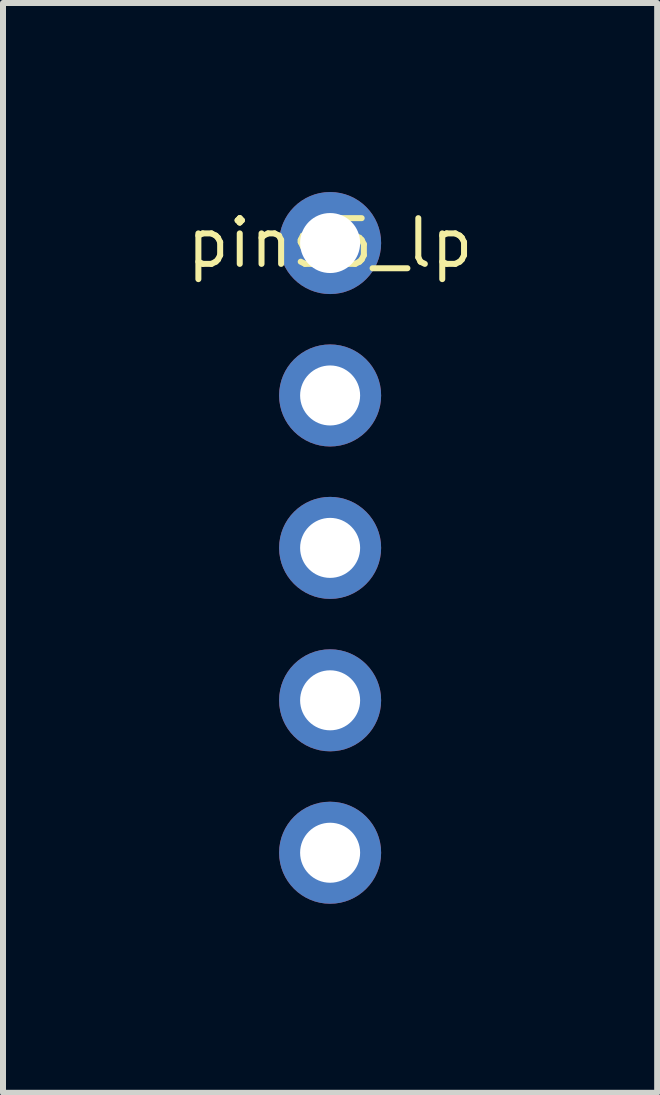
<source format=kicad_pcb>
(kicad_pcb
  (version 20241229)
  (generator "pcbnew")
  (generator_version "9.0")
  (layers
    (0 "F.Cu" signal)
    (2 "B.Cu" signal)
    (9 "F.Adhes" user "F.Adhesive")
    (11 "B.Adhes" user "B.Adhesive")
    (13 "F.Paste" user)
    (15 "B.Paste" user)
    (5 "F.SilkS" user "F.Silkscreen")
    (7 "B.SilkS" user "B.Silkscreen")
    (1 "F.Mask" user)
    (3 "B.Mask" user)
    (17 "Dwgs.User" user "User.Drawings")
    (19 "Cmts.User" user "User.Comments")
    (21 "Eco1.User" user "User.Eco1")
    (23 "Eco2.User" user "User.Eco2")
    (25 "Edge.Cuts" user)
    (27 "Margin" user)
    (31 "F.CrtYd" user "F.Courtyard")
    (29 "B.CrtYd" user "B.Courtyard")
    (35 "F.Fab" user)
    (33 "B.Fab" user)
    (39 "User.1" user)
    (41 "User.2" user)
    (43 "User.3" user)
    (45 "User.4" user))
  (footprint "pins5_lp"
    (layer "F.Cu")
    (at 2.451 1)
    (property "Reference" "pins5_lp" (at 0 0 0) (layer "F.SilkS") (effects (font (size 0.762 0.762) (thickness 0.1))))
    (attr through_hole)
    (fp_poly (pts (xy 1 0) (xy 0.981 -0.195) (xy 0.924 -0.383) (xy 0.831 -0.556) (xy 0.707 -0.707) (xy 0.556 -0.831) (xy 0.383 -0.924) (xy 0.195 -0.981) (xy 0 -1) (xy -0.195 -0.981) (xy -0.383 -0.924) (xy -0.556 -0.831) (xy -0.707 -0.707) (xy -0.831 -0.556) (xy -0.924 -0.383) (xy -0.981 -0.195) (xy -1 0) (xy -0.981 0.195) (xy -0.924 0.383) (xy -0.831 0.556) (xy -0.707 0.707) (xy -0.556 0.831) (xy -0.383 0.924) (xy -0.195 0.981) (xy 0 1) (xy 0.195 0.981) (xy 0.383 0.924) (xy 0.556 0.831) (xy 0.707 0.707) (xy 0.831 0.556) (xy 0.924 0.383) (xy 0.981 0.195)) (stroke (width 0) (type solid)) (fill yes) (layer "F.Mask"))
    (fp_poly (pts (xy 1 2.54) (xy 0.981 2.345) (xy 0.924 2.157) (xy 0.831 1.984) (xy 0.707 1.833) (xy 0.556 1.709) (xy 0.383 1.616) (xy 0.195 1.559) (xy 0 1.54) (xy -0.195 1.559) (xy -0.383 1.616) (xy -0.556 1.709) (xy -0.707 1.833) (xy -0.831 1.984) (xy -0.924 2.157) (xy -0.981 2.345) (xy -1 2.54) (xy -0.981 2.735) (xy -0.924 2.923) (xy -0.831 3.096) (xy -0.707 3.247) (xy -0.556 3.371) (xy -0.383 3.464) (xy -0.195 3.521) (xy 0 3.54) (xy 0.195 3.521) (xy 0.383 3.464) (xy 0.556 3.371) (xy 0.707 3.247) (xy 0.831 3.096) (xy 0.924 2.923) (xy 0.981 2.735)) (stroke (width 0) (type solid)) (fill yes) (layer "F.Mask"))
    (fp_poly (pts (xy 1 5.08) (xy 0.981 4.885) (xy 0.924 4.697) (xy 0.831 4.524) (xy 0.707 4.373) (xy 0.556 4.249) (xy 0.383 4.156) (xy 0.195 4.099) (xy 0 4.08) (xy -0.195 4.099) (xy -0.383 4.156) (xy -0.556 4.249) (xy -0.707 4.373) (xy -0.831 4.524) (xy -0.924 4.697) (xy -0.981 4.885) (xy -1 5.08) (xy -0.981 5.275) (xy -0.924 5.463) (xy -0.831 5.636) (xy -0.707 5.787) (xy -0.556 5.911) (xy -0.383 6.004) (xy -0.195 6.061) (xy 0 6.08) (xy 0.195 6.061) (xy 0.383 6.004) (xy 0.556 5.911) (xy 0.707 5.787) (xy 0.831 5.636) (xy 0.924 5.463) (xy 0.981 5.275)) (stroke (width 0) (type solid)) (fill yes) (layer "F.Mask"))
    (fp_poly (pts (xy 1 7.62) (xy 0.981 7.425) (xy 0.924 7.237) (xy 0.831 7.064) (xy 0.707 6.913) (xy 0.556 6.789) (xy 0.383 6.696) (xy 0.195 6.639) (xy 0 6.62) (xy -0.195 6.639) (xy -0.383 6.696) (xy -0.556 6.789) (xy -0.707 6.913) (xy -0.831 7.064) (xy -0.924 7.237) (xy -0.981 7.425) (xy -1 7.62) (xy -0.981 7.815) (xy -0.924 8.003) (xy -0.831 8.176) (xy -0.707 8.327) (xy -0.556 8.451) (xy -0.383 8.544) (xy -0.195 8.601) (xy 0 8.62) (xy 0.195 8.601) (xy 0.383 8.544) (xy 0.556 8.451) (xy 0.707 8.327) (xy 0.831 8.176) (xy 0.924 8.003) (xy 0.981 7.815)) (stroke (width 0) (type solid)) (fill yes) (layer "F.Mask"))
    (fp_poly (pts (xy 1 10.16) (xy 0.981 9.965) (xy 0.924 9.777) (xy 0.831 9.604) (xy 0.707 9.453) (xy 0.556 9.329) (xy 0.383 9.236) (xy 0.195 9.179) (xy 0 9.16) (xy -0.195 9.179) (xy -0.383 9.236) (xy -0.556 9.329) (xy -0.707 9.453) (xy -0.831 9.604) (xy -0.924 9.777) (xy -0.981 9.965) (xy -1 10.16) (xy -0.981 10.355) (xy -0.924 10.543) (xy -0.831 10.716) (xy -0.707 10.867) (xy -0.556 10.991) (xy -0.383 11.084) (xy -0.195 11.141) (xy 0 11.16) (xy 0.195 11.141) (xy 0.383 11.084) (xy 0.556 10.991) (xy 0.707 10.867) (xy 0.831 10.716) (xy 0.924 10.543) (xy 0.981 10.355)) (stroke (width 0) (type solid)) (fill yes) (layer "F.Mask"))
    (fp_poly (pts (xy 1 0) (xy 0.981 -0.195) (xy 0.924 -0.383) (xy 0.831 -0.556) (xy 0.707 -0.707) (xy 0.556 -0.831) (xy 0.383 -0.924) (xy 0.195 -0.981) (xy 0 -1) (xy -0.195 -0.981) (xy -0.383 -0.924) (xy -0.556 -0.831) (xy -0.707 -0.707) (xy -0.831 -0.556) (xy -0.924 -0.383) (xy -0.981 -0.195) (xy -1 0) (xy -0.981 0.195) (xy -0.924 0.383) (xy -0.831 0.556) (xy -0.707 0.707) (xy -0.556 0.831) (xy -0.383 0.924) (xy -0.195 0.981) (xy 0 1) (xy 0.195 0.981) (xy 0.383 0.924) (xy 0.556 0.831) (xy 0.707 0.707) (xy 0.831 0.556) (xy 0.924 0.383) (xy 0.981 0.195)) (stroke (width 0) (type solid)) (fill yes) (layer "B.Mask"))
    (fp_poly (pts (xy 1 2.54) (xy 0.981 2.345) (xy 0.924 2.157) (xy 0.831 1.984) (xy 0.707 1.833) (xy 0.556 1.709) (xy 0.383 1.616) (xy 0.195 1.559) (xy 0 1.54) (xy -0.195 1.559) (xy -0.383 1.616) (xy -0.556 1.709) (xy -0.707 1.833) (xy -0.831 1.984) (xy -0.924 2.157) (xy -0.981 2.345) (xy -1 2.54) (xy -0.981 2.735) (xy -0.924 2.923) (xy -0.831 3.096) (xy -0.707 3.247) (xy -0.556 3.371) (xy -0.383 3.464) (xy -0.195 3.521) (xy 0 3.54) (xy 0.195 3.521) (xy 0.383 3.464) (xy 0.556 3.371) (xy 0.707 3.247) (xy 0.831 3.096) (xy 0.924 2.923) (xy 0.981 2.735)) (stroke (width 0) (type solid)) (fill yes) (layer "B.Mask"))
    (fp_poly (pts (xy 1 5.08) (xy 0.981 4.885) (xy 0.924 4.697) (xy 0.831 4.524) (xy 0.707 4.373) (xy 0.556 4.249) (xy 0.383 4.156) (xy 0.195 4.099) (xy 0 4.08) (xy -0.195 4.099) (xy -0.383 4.156) (xy -0.556 4.249) (xy -0.707 4.373) (xy -0.831 4.524) (xy -0.924 4.697) (xy -0.981 4.885) (xy -1 5.08) (xy -0.981 5.275) (xy -0.924 5.463) (xy -0.831 5.636) (xy -0.707 5.787) (xy -0.556 5.911) (xy -0.383 6.004) (xy -0.195 6.061) (xy 0 6.08) (xy 0.195 6.061) (xy 0.383 6.004) (xy 0.556 5.911) (xy 0.707 5.787) (xy 0.831 5.636) (xy 0.924 5.463) (xy 0.981 5.275)) (stroke (width 0) (type solid)) (fill yes) (layer "B.Mask"))
    (fp_poly (pts (xy 1 7.62) (xy 0.981 7.425) (xy 0.924 7.237) (xy 0.831 7.064) (xy 0.707 6.913) (xy 0.556 6.789) (xy 0.383 6.696) (xy 0.195 6.639) (xy 0 6.62) (xy -0.195 6.639) (xy -0.383 6.696) (xy -0.556 6.789) (xy -0.707 6.913) (xy -0.831 7.064) (xy -0.924 7.237) (xy -0.981 7.425) (xy -1 7.62) (xy -0.981 7.815) (xy -0.924 8.003) (xy -0.831 8.176) (xy -0.707 8.327) (xy -0.556 8.451) (xy -0.383 8.544) (xy -0.195 8.601) (xy 0 8.62) (xy 0.195 8.601) (xy 0.383 8.544) (xy 0.556 8.451) (xy 0.707 8.327) (xy 0.831 8.176) (xy 0.924 8.003) (xy 0.981 7.815)) (stroke (width 0) (type solid)) (fill yes) (layer "B.Mask"))
    (fp_poly (pts (xy 1 10.16) (xy 0.981 9.965) (xy 0.924 9.777) (xy 0.831 9.604) (xy 0.707 9.453) (xy 0.556 9.329) (xy 0.383 9.236) (xy 0.195 9.179) (xy 0 9.16) (xy -0.195 9.179) (xy -0.383 9.236) (xy -0.556 9.329) (xy -0.707 9.453) (xy -0.831 9.604) (xy -0.924 9.777) (xy -0.981 9.965) (xy -1 10.16) (xy -0.981 10.355) (xy -0.924 10.543) (xy -0.831 10.716) (xy -0.707 10.867) (xy -0.556 10.991) (xy -0.383 11.084) (xy -0.195 11.141) (xy 0 11.16) (xy 0.195 11.141) (xy 0.383 11.084) (xy 0.556 10.991) (xy 0.707 10.867) (xy 0.831 10.716) (xy 0.924 10.543) (xy 0.981 10.355)) (stroke (width 0) (type solid)) (fill yes) (layer "B.Mask"))
    (pad "1" thru_hole circle (at 0 0) (size 1.7 1.7) (drill 1) (layers "*.Cu"))
    (pad "2" thru_hole circle (at 0 2.54) (size 1.7 1.7) (drill 1) (layers "*.Cu"))
    (pad "3" thru_hole circle (at 0 5.08) (size 1.7 1.7) (drill 1) (layers "*.Cu"))
    (pad "4" thru_hole circle (at 0 7.62) (size 1.7 1.7) (drill 1) (layers "*.Cu"))
    (pad "5" thru_hole circle (at 0 10.16) (size 1.7 1.7) (drill 1) (layers "*.Cu")))
  (gr_rect
    (start -3 -3)
    (end 7.901 15.16)
    (stroke (width 0.1) (type default))
    (fill no)
    (layer "Edge.Cuts")))
</source>
